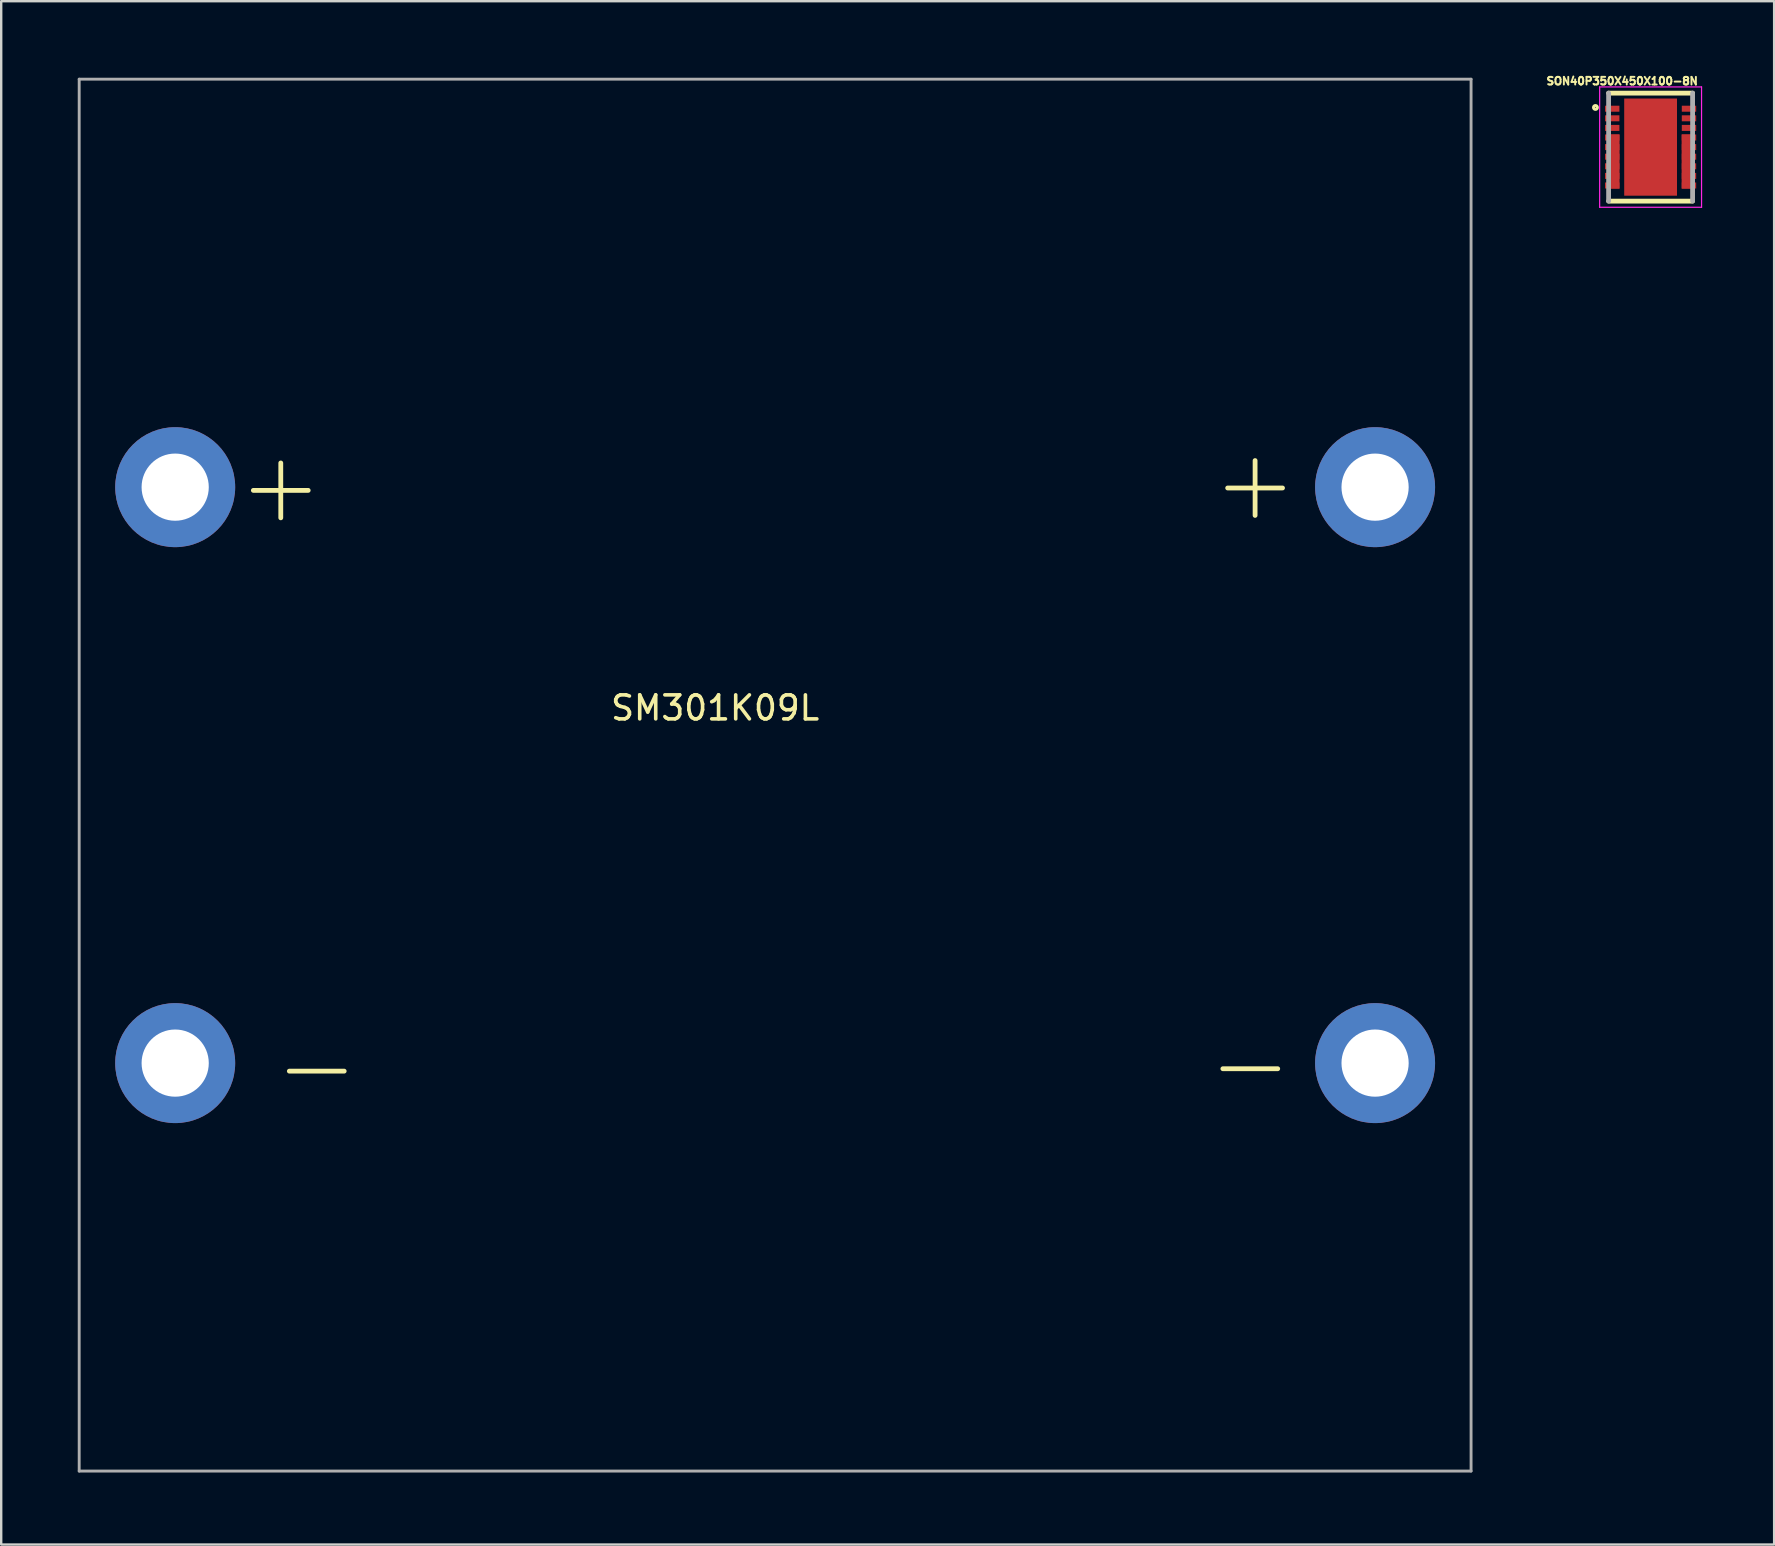
<source format=kicad_pcb>
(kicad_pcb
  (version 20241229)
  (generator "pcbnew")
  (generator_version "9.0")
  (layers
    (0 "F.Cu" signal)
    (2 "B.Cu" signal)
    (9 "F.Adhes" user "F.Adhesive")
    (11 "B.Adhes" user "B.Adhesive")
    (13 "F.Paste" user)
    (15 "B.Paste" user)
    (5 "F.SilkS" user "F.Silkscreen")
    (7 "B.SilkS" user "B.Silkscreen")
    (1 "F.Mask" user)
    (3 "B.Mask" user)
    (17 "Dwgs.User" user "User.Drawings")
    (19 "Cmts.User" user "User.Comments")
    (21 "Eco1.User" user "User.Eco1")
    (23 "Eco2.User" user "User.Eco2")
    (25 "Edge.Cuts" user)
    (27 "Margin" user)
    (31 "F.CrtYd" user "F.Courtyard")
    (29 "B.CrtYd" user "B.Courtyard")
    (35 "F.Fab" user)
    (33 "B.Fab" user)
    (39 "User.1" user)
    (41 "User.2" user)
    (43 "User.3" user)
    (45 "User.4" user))
  (footprint "SM301K09L"
    (layer "F.Cu")
    (at 0.25 0.25)
    (property "Reference" "SM301K09L" (at 26.5 26.2 0) (layer "F.SilkS") (effects (font (size 1 1) (thickness 0.15))))
    (attr through_hole)
    (fp_line (start 0 0) (end 0 58) (stroke (width 0.12) (type solid)) (layer "F.Fab"))
    (fp_line (start 0 0) (end 58 0) (stroke (width 0.12) (type solid)) (layer "F.Fab"))
    (fp_line (start 58 0) (end 58 58) (stroke (width 0.12) (type solid)) (layer "F.Fab"))
    (fp_line (start 58 58) (end 0 58) (stroke (width 0.12) (type solid)) (layer "F.Fab"))
    (fp_text user "-" (at 48.8 41 0) (layer "F.SilkS") (effects (font (size 3 3) (thickness 0.2))))
    (fp_text user "-" (at 9.9 41.1 0) (layer "F.SilkS") (effects (font (size 3 3) (thickness 0.2))))
    (fp_text user "+" (at 49 16.8 0) (layer "F.SilkS") (effects (font (size 3 3) (thickness 0.2))))
    (fp_text user "+" (at 8.4 16.9 0) (layer "F.SilkS") (effects (font (size 3 3) (thickness 0.2))))
    (pad "1" thru_hole circle (at 4 17) (size 5 5) (drill 2.8) (layers "*.Cu" "*.Mask"))
    (pad "1" thru_hole circle (at 54 17) (size 5 5) (drill 2.8) (layers "*.Cu" "*.Mask"))
    (pad "2" thru_hole circle (at 4 41) (size 5 5) (drill 2.8) (layers "*.Cu" "*.Mask"))
    (pad "2" thru_hole circle (at 54 41) (size 5 5) (drill 2.8) (layers "*.Cu" "*.Mask")))
  (footprint "SON40P350X450X100-8N"
    (layer "F.Cu")
    (at 65.731 3.08)
    (property "Reference" "SON40P350X450X100-8N" (at -1.184 -2.752 0) (layer "F.SilkS") (effects (font (size 0.32 0.32) (thickness 0.15))))
    (attr through_hole)
    (fp_poly (pts (xy -1.677 -0.525) (xy -1.3 -0.525) (xy -1.3 1.728) (xy -1.677 1.728)) (stroke (width 0.01) (type solid)) (fill yes) (layer "F.Cu"))
    (fp_poly (pts (xy 1.301 -0.525) (xy 1.675 -0.525) (xy 1.675 1.726) (xy 1.301 1.726)) (stroke (width 0.01) (type solid)) (fill yes) (layer "F.Cu"))
    (fp_line (start 1.75 -2.25) (end -1.75 -2.25) (stroke (width 0.2) (type solid)) (layer "F.SilkS"))
    (fp_line (start 1.75 2.25) (end -1.75 2.25) (stroke (width 0.2) (type solid)) (layer "F.SilkS"))
    (fp_circle (center -2.298 -1.652) (end -2.218 -1.652) (stroke (width 0.127) (type solid)) (fill no) (layer "F.SilkS"))
    (fp_poly (pts (xy -1.743 1.1) (xy -1.35 1.1) (xy -1.35 1.302) (xy -1.743 1.302)) (stroke (width 0.01) (type solid)) (fill yes) (layer "F.Paste"))
    (fp_poly (pts (xy -1.743 -0.5) (xy -1.35 -0.5) (xy -1.35 -0.301) (xy -1.743 -0.301)) (stroke (width 0.01) (type solid)) (fill yes) (layer "F.Paste"))
    (fp_poly (pts (xy -1.743 -1.3) (xy -1.35 -1.3) (xy -1.35 -1.102) (xy -1.743 -1.102)) (stroke (width 0.01) (type solid)) (fill yes) (layer "F.Paste"))
    (fp_poly (pts (xy -1.743 -0.1) (xy -1.35 -0.1) (xy -1.35 0.1) (xy -1.743 0.1)) (stroke (width 0.01) (type solid)) (fill yes) (layer "F.Paste"))
    (fp_poly (pts (xy -1.742 0.7) (xy -1.35 0.7) (xy -1.35 0.901) (xy -1.742 0.901)) (stroke (width 0.01) (type solid)) (fill yes) (layer "F.Paste"))
    (fp_poly (pts (xy -1.742 -0.9) (xy -1.35 -0.9) (xy -1.35 -0.701) (xy -1.742 -0.701)) (stroke (width 0.01) (type solid)) (fill yes) (layer "F.Paste"))
    (fp_poly (pts (xy -1.742 0.3) (xy -1.35 0.3) (xy -1.35 0.501) (xy -1.742 0.501)) (stroke (width 0.01) (type solid)) (fill yes) (layer "F.Paste"))
    (fp_poly (pts (xy -1.741 -1.7) (xy -1.35 -1.7) (xy -1.35 -1.501) (xy -1.741 -1.501)) (stroke (width 0.01) (type solid)) (fill yes) (layer "F.Paste"))
    (fp_poly (pts (xy -1.74 1.5) (xy -1.35 1.5) (xy -1.35 1.7) (xy -1.74 1.7)) (stroke (width 0.01) (type solid)) (fill yes) (layer "F.Paste"))
    (fp_poly (pts (xy -1.628 0.9) (xy -1.35 0.9) (xy -1.35 1.102) (xy -1.628 1.102)) (stroke (width 0.01) (type solid)) (fill yes) (layer "F.Paste"))
    (fp_poly (pts (xy -1.628 0.1) (xy -1.35 0.1) (xy -1.35 0.301) (xy -1.628 0.301)) (stroke (width 0.01) (type solid)) (fill yes) (layer "F.Paste"))
    (fp_poly (pts (xy -1.627 0.5) (xy -1.35 0.5) (xy -1.35 0.701) (xy -1.627 0.701)) (stroke (width 0.01) (type solid)) (fill yes) (layer "F.Paste"))
    (fp_poly (pts (xy -1.626 1.3) (xy -1.35 1.3) (xy -1.35 1.501) (xy -1.626 1.501)) (stroke (width 0.01) (type solid)) (fill yes) (layer "F.Paste"))
    (fp_poly (pts (xy -1.625 -0.3) (xy -1.35 -0.3) (xy -1.35 -0.1) (xy -1.625 -0.1)) (stroke (width 0.01) (type solid)) (fill yes) (layer "F.Paste"))
    (fp_poly (pts (xy -1.002 -0.887) (xy -0.15 -0.887) (xy -0.15 -0.149) (xy -1.002 -0.149)) (stroke (width 0.01) (type solid)) (fill yes) (layer "F.Paste"))
    (fp_poly (pts (xy -1.001 0.149) (xy -0.15 0.149) (xy -0.15 0.888) (xy -1.001 0.888)) (stroke (width 0.01) (type solid)) (fill yes) (layer "F.Paste"))
    (fp_poly (pts (xy -1.001 -1.926) (xy -0.15 -1.926) (xy -0.15 -1.189) (xy -1.001 -1.189)) (stroke (width 0.01) (type solid)) (fill yes) (layer "F.Paste"))
    (fp_poly (pts (xy -1.001 1.188) (xy -0.15 1.188) (xy -0.15 1.927) (xy -1.001 1.927)) (stroke (width 0.01) (type solid)) (fill yes) (layer "F.Paste"))
    (fp_poly (pts (xy 0.15 -1.926) (xy 1 -1.926) (xy 1 -1.189) (xy 0.15 -1.189)) (stroke (width 0.01) (type solid)) (fill yes) (layer "F.Paste"))
    (fp_poly (pts (xy 0.15 -0.887) (xy 1 -0.887) (xy 1 -0.149) (xy 0.15 -0.149)) (stroke (width 0.01) (type solid)) (fill yes) (layer "F.Paste"))
    (fp_poly (pts (xy 0.15 0.149) (xy 1 0.149) (xy 1 0.888) (xy 0.15 0.888)) (stroke (width 0.01) (type solid)) (fill yes) (layer "F.Paste"))
    (fp_poly (pts (xy 0.15 1.188) (xy 1 1.188) (xy 1 1.929) (xy 0.15 1.929)) (stroke (width 0.01) (type solid)) (fill yes) (layer "F.Paste"))
    (fp_poly (pts (xy 1.351 1.3) (xy 1.625 1.3) (xy 1.625 1.501) (xy 1.351 1.501)) (stroke (width 0.01) (type solid)) (fill yes) (layer "F.Paste"))
    (fp_poly (pts (xy 1.351 0.1) (xy 1.625 0.1) (xy 1.625 0.3) (xy 1.351 0.3)) (stroke (width 0.01) (type solid)) (fill yes) (layer "F.Paste"))
    (fp_poly (pts (xy 1.351 1.5) (xy 1.74 1.5) (xy 1.74 1.701) (xy 1.351 1.701)) (stroke (width 0.01) (type solid)) (fill yes) (layer "F.Paste"))
    (fp_poly (pts (xy 1.351 0.7) (xy 1.74 0.7) (xy 1.74 0.901) (xy 1.351 0.901)) (stroke (width 0.01) (type solid)) (fill yes) (layer "F.Paste"))
    (fp_poly (pts (xy 1.351 -0.1) (xy 1.74 -0.1) (xy 1.74 0.1) (xy 1.351 0.1)) (stroke (width 0.01) (type solid)) (fill yes) (layer "F.Paste"))
    (fp_poly (pts (xy 1.352 -1.7) (xy 1.74 -1.7) (xy 1.74 -1.502) (xy 1.352 -1.502)) (stroke (width 0.01) (type solid)) (fill yes) (layer "F.Paste"))
    (fp_poly (pts (xy 1.352 -0.9) (xy 1.74 -0.9) (xy 1.74 -0.701) (xy 1.352 -0.701)) (stroke (width 0.01) (type solid)) (fill yes) (layer "F.Paste"))
    (fp_poly (pts (xy 1.352 -0.5) (xy 1.74 -0.5) (xy 1.74 -0.3) (xy 1.352 -0.3)) (stroke (width 0.01) (type solid)) (fill yes) (layer "F.Paste"))
    (fp_poly (pts (xy 1.352 0.3) (xy 1.74 0.3) (xy 1.74 0.501) (xy 1.352 0.501)) (stroke (width 0.01) (type solid)) (fill yes) (layer "F.Paste"))
    (fp_poly (pts (xy 1.352 0.9) (xy 1.625 0.9) (xy 1.625 1.102) (xy 1.352 1.102)) (stroke (width 0.01) (type solid)) (fill yes) (layer "F.Paste"))
    (fp_poly (pts (xy 1.352 0.5) (xy 1.625 0.5) (xy 1.625 0.701) (xy 1.352 0.701)) (stroke (width 0.01) (type solid)) (fill yes) (layer "F.Paste"))
    (fp_poly (pts (xy 1.352 -1.3) (xy 1.74 -1.3) (xy 1.74 -1.102) (xy 1.352 -1.102)) (stroke (width 0.01) (type solid)) (fill yes) (layer "F.Paste"))
    (fp_poly (pts (xy 1.352 1.1) (xy 1.74 1.1) (xy 1.74 1.302) (xy 1.352 1.302)) (stroke (width 0.01) (type solid)) (fill yes) (layer "F.Paste"))
    (fp_poly (pts (xy 1.353 -0.3) (xy 1.625 -0.3) (xy 1.625 -0.1) (xy 1.353 -0.1)) (stroke (width 0.01) (type solid)) (fill yes) (layer "F.Paste"))
    (fp_line (start -2.123 -2.508) (end 2.123 -2.508) (stroke (width 0.05) (type solid)) (layer "F.CrtYd"))
    (fp_line (start -2.123 2.508) (end -2.123 -2.508) (stroke (width 0.05) (type solid)) (layer "F.CrtYd"))
    (fp_line (start 2.123 -2.508) (end 2.123 2.508) (stroke (width 0.05) (type solid)) (layer "F.CrtYd"))
    (fp_line (start 2.123 2.508) (end -2.123 2.508) (stroke (width 0.05) (type solid)) (layer "F.CrtYd"))
    (fp_line (start -1.75 -2.25) (end -1.75 2.25) (stroke (width 0.2) (type solid)) (layer "F.Fab"))
    (fp_line (start 1.75 -2.25) (end 1.75 2.25) (stroke (width 0.2) (type solid)) (layer "F.Fab"))
    (pad "1" smd rect (at -1.6 -1.6) (size 0.6 0.25) (layers "F.Cu" "F.Mask"))
    (pad "2" smd rect (at -1.6 -1.2) (size 0.6 0.25) (layers "F.Cu" "F.Mask"))
    (pad "3" smd rect (at -1.6 -0.8) (size 0.6 0.25) (layers "F.Cu" "F.Mask"))
    (pad "4" smd rect (at -1.6 -0.4) (size 0.6 0.25) (layers "F.Cu" "F.Mask"))
    (pad "4" smd rect (at -1.6 0) (size 0.6 0.25) (layers "F.Cu" "F.Mask"))
    (pad "4" smd rect (at -1.6 0.4) (size 0.6 0.25) (layers "F.Cu" "F.Mask"))
    (pad "4" smd rect (at -1.6 0.8) (size 0.6 0.25) (layers "F.Cu" "F.Mask"))
    (pad "4" smd rect (at -1.6 1.2) (size 0.6 0.25) (layers "F.Cu" "F.Mask"))
    (pad "4" smd rect (at -1.6 1.6) (size 0.6 0.25) (layers "F.Cu" "F.Mask"))
    (pad "5" smd rect (at 1.6 -0.4) (size 0.6 0.25) (layers "F.Cu" "F.Mask"))
    (pad "5" smd rect (at 1.6 0) (size 0.6 0.25) (layers "F.Cu" "F.Mask"))
    (pad "5" smd rect (at 1.6 0.4) (size 0.6 0.25) (layers "F.Cu" "F.Mask"))
    (pad "5" smd rect (at 1.6 0.8) (size 0.6 0.25) (layers "F.Cu" "F.Mask"))
    (pad "5" smd rect (at 1.6 1.2) (size 0.6 0.25) (layers "F.Cu" "F.Mask"))
    (pad "5" smd rect (at 1.6 1.6) (size 0.6 0.25) (layers "F.Cu" "F.Mask"))
    (pad "6" smd rect (at 1.6 -0.8) (size 0.6 0.25) (layers "F.Cu" "F.Mask"))
    (pad "7" smd rect (at 1.6 -1.2) (size 0.6 0.25) (layers "F.Cu" "F.Mask"))
    (pad "8" smd rect (at 1.6 -1.6) (size 0.6 0.25) (layers "F.Cu" "F.Mask"))
    (pad "9" smd rect (at 0 0 180) (size 2.2 4.05) (layers "F.Cu" "F.Mask")))
  (gr_rect
    (start -3 -3)
    (end 70.879 61.31)
    (stroke (width 0.1) (type default))
    (fill no)
    (layer "Edge.Cuts")))
</source>
